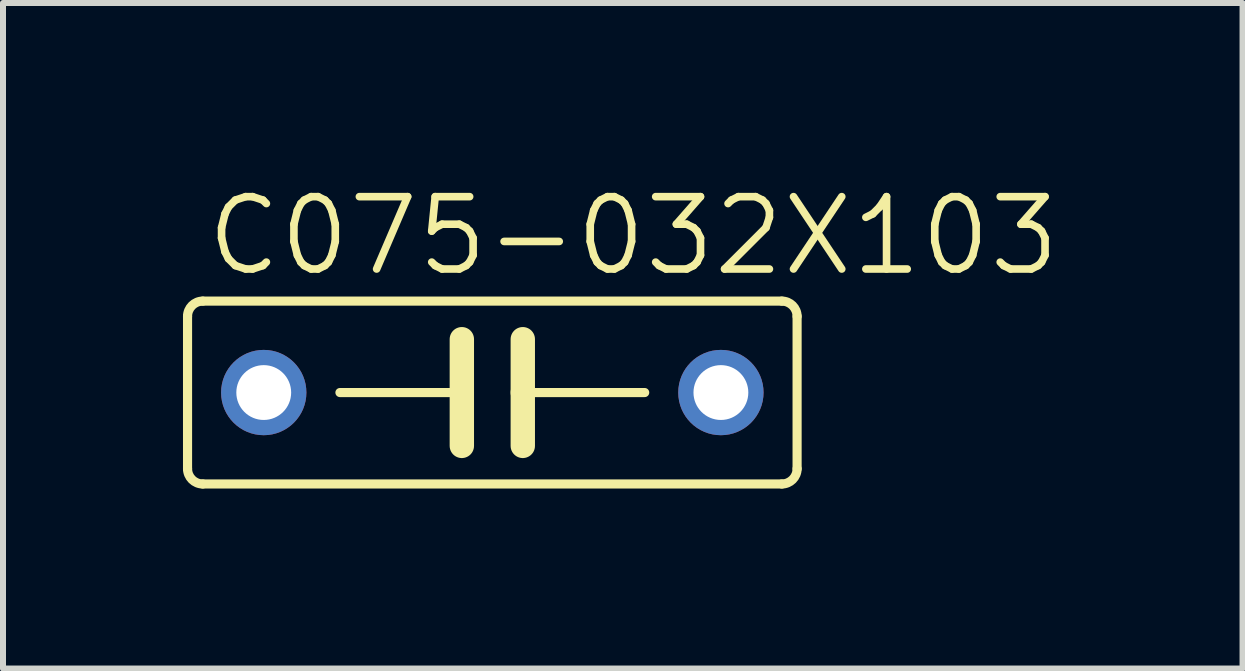
<source format=kicad_pcb>
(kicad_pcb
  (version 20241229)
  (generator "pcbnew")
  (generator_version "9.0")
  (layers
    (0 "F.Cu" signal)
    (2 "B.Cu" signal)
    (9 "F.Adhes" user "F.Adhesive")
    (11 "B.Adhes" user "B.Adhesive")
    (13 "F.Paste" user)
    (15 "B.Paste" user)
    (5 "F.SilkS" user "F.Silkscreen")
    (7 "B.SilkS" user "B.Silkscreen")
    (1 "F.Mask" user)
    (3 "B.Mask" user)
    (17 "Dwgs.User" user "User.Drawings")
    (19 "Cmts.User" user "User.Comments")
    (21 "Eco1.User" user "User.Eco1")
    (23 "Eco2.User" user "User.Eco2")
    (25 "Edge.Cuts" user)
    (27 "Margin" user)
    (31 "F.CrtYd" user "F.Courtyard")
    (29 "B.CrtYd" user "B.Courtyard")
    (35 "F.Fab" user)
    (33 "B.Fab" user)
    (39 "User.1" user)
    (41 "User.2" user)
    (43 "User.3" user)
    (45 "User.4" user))
  (footprint "C075-032X103"
    (layer "F.Cu")
    (at 5.156 3.493)
    (property "Reference" "C075-032X103" (at -4.826 -1.905 0) (layer "F.SilkS") (effects (font (size 1.206 1.206) (thickness 0.127)) (justify left bottom)))
    (attr through_hole)
    (fp_line (start -5.08 -1.27) (end -5.08 1.27) (stroke (width 0.152) (type solid)) (layer "F.SilkS"))
    (fp_line (start -4.826 1.524) (end 4.826 1.524) (stroke (width 0.152) (type solid)) (layer "F.SilkS"))
    (fp_line (start -2.54 0) (end -0.508 0) (stroke (width 0.152) (type solid)) (layer "F.SilkS"))
    (fp_line (start -0.508 -0.889) (end -0.508 0) (stroke (width 0.406) (type solid)) (layer "F.SilkS"))
    (fp_line (start -0.508 0) (end -0.508 0.889) (stroke (width 0.406) (type solid)) (layer "F.SilkS"))
    (fp_line (start 0.508 -0.889) (end 0.508 0) (stroke (width 0.406) (type solid)) (layer "F.SilkS"))
    (fp_line (start 0.508 0) (end 0.508 0.889) (stroke (width 0.406) (type solid)) (layer "F.SilkS"))
    (fp_line (start 0.508 0) (end 2.54 0) (stroke (width 0.152) (type solid)) (layer "F.SilkS"))
    (fp_line (start 4.826 -1.524) (end -4.826 -1.524) (stroke (width 0.152) (type solid)) (layer "F.SilkS"))
    (fp_line (start 5.08 1.27) (end 5.08 -1.27) (stroke (width 0.152) (type solid)) (layer "F.SilkS"))
    (fp_arc (start -5.08 -1.27) (mid -5.005605 -1.449605) (end -4.826 -1.524) (stroke (width 0.1524) (type solid)) (layer "F.SilkS"))
    (fp_arc (start -4.826 1.524) (mid -5.005605 1.449605) (end -5.08 1.27) (stroke (width 0.1524) (type solid)) (layer "F.SilkS"))
    (fp_arc (start 4.826 -1.524) (mid 5.005605 -1.449605) (end 5.08 -1.27) (stroke (width 0.1524) (type solid)) (layer "F.SilkS"))
    (fp_arc (start 5.08 1.27) (mid 5.005605 1.449605) (end 4.826 1.524) (stroke (width 0.1524) (type solid)) (layer "F.SilkS"))
    (pad "1" thru_hole circle (at -3.81 0) (size 1.422 1.422) (drill 0.914) (layers "*.Cu" "*.Mask"))
    (pad "2" thru_hole circle (at 3.81 0) (size 1.422 1.422) (drill 0.914) (layers "*.Cu" "*.Mask")))
  (gr_rect
    (start -3 -3)
    (end 17.661 8.093)
    (stroke (width 0.1) (type default))
    (fill no)
    (layer "Edge.Cuts")))
</source>
